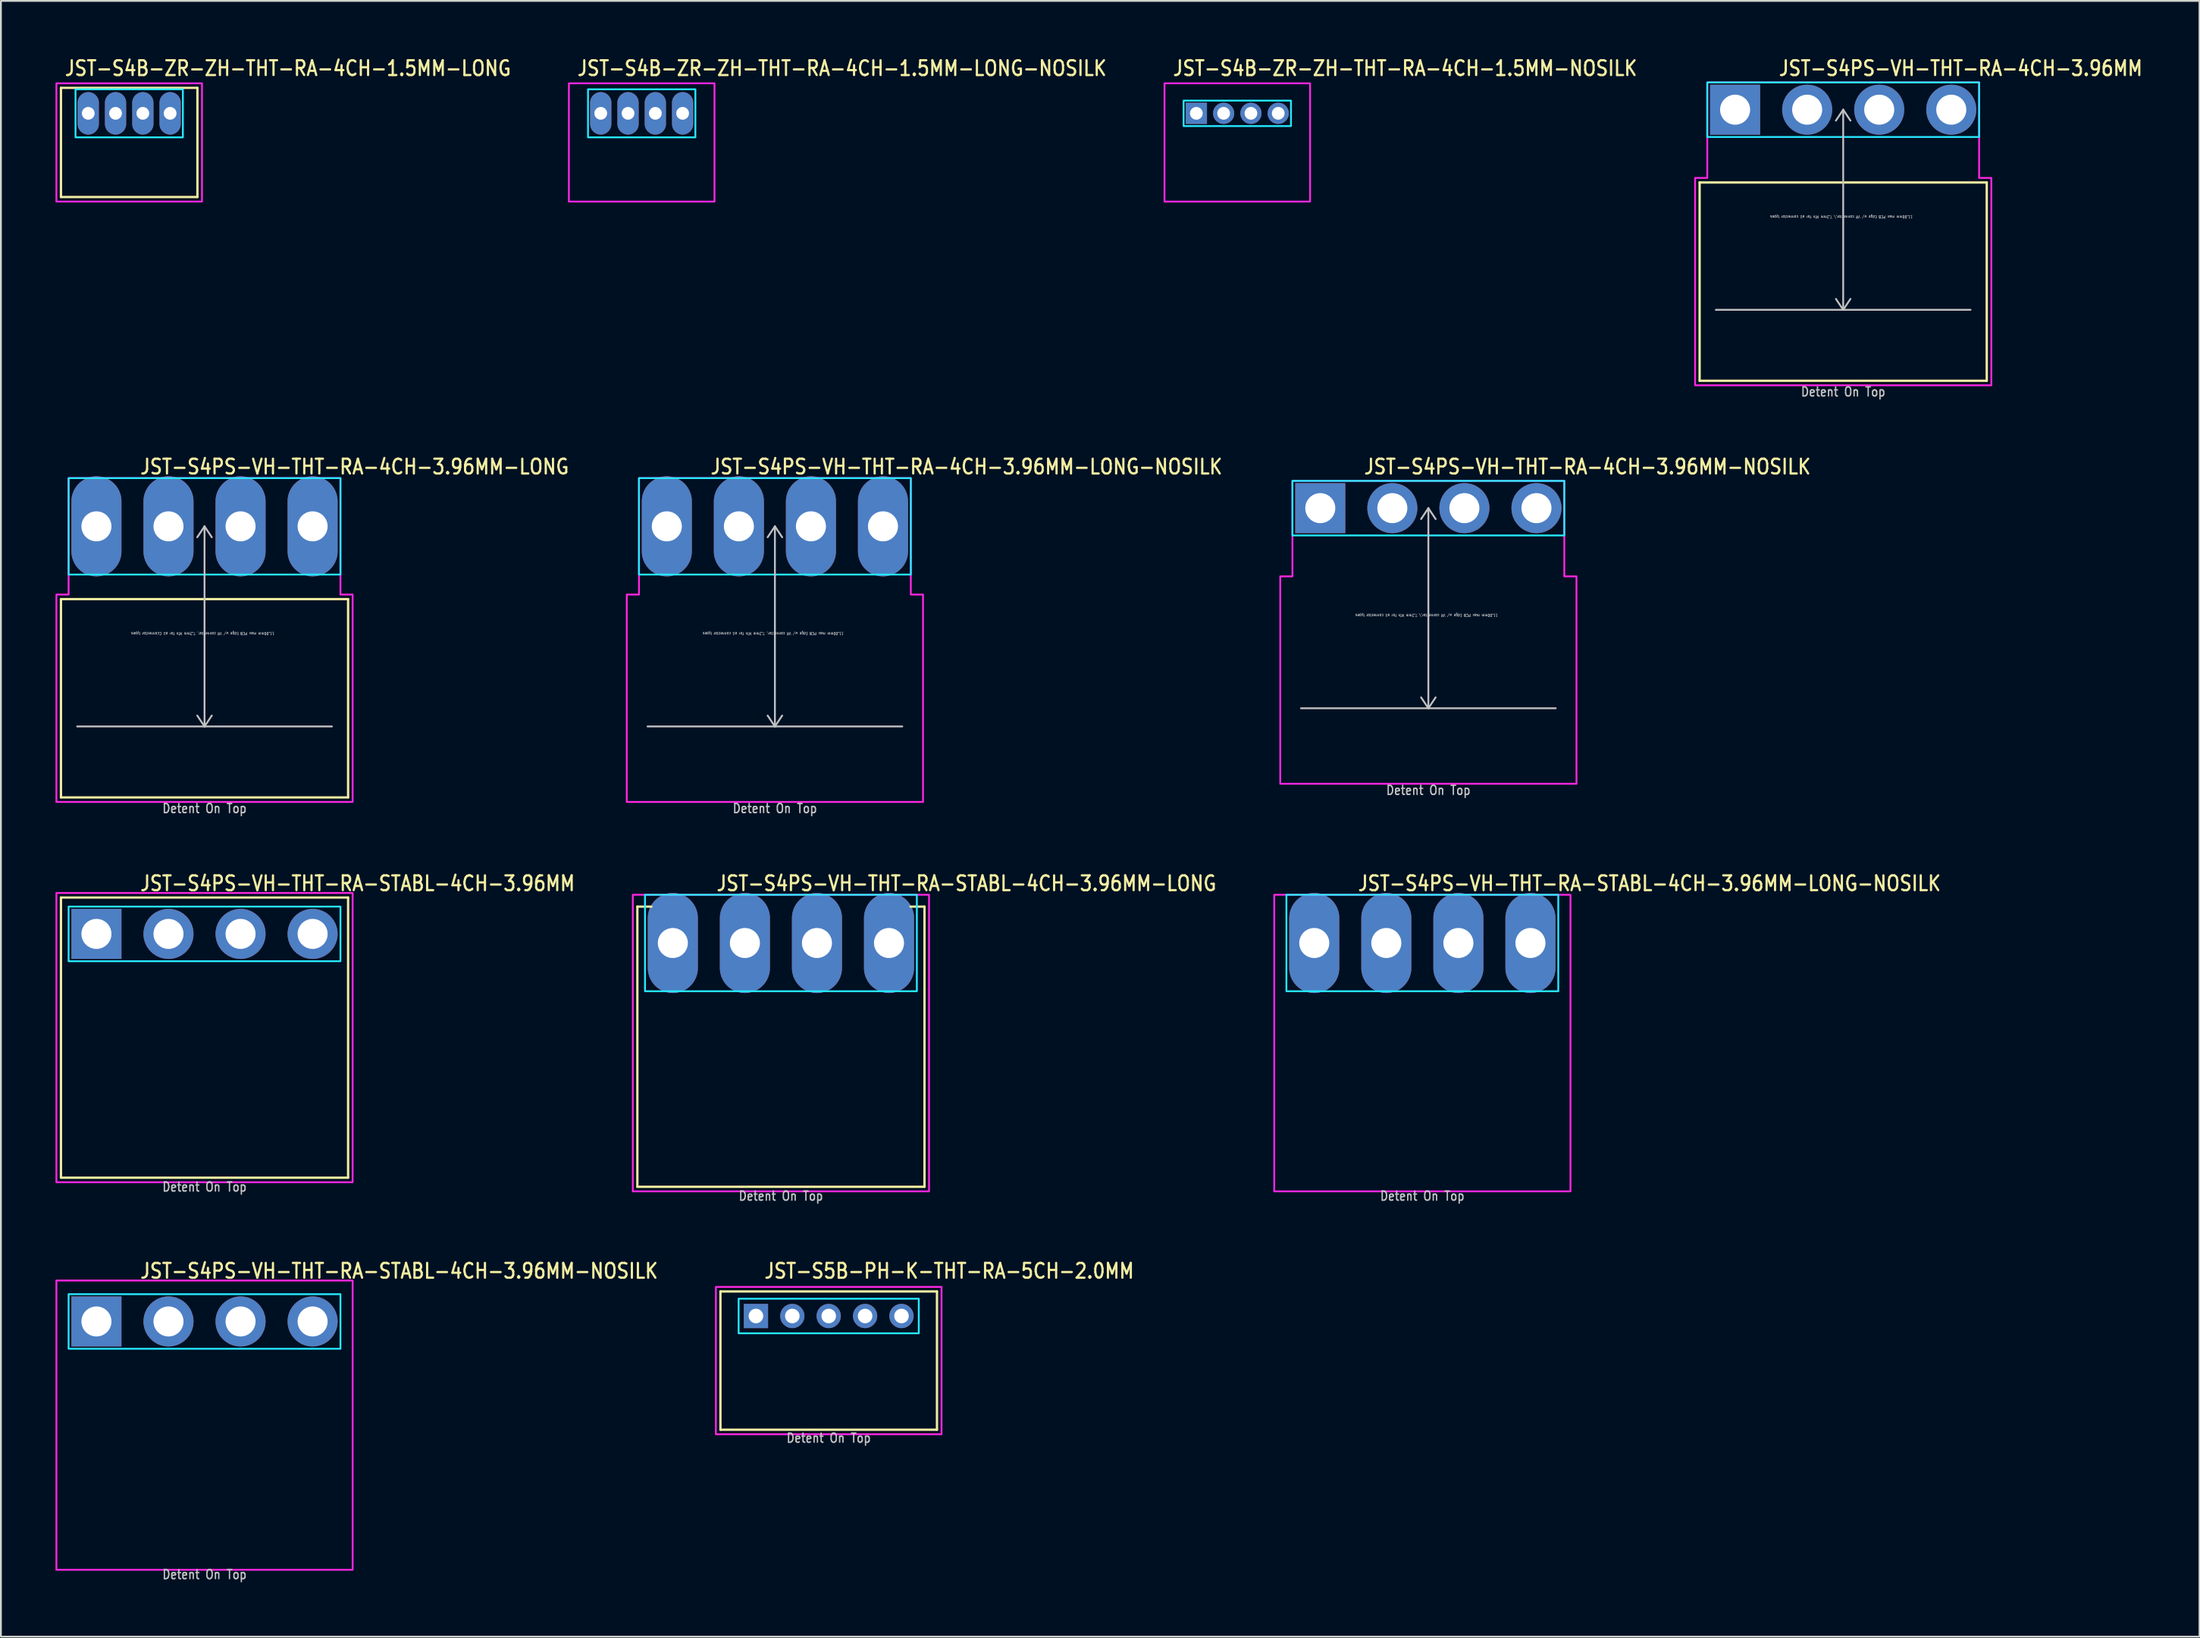
<source format=kicad_pcb>
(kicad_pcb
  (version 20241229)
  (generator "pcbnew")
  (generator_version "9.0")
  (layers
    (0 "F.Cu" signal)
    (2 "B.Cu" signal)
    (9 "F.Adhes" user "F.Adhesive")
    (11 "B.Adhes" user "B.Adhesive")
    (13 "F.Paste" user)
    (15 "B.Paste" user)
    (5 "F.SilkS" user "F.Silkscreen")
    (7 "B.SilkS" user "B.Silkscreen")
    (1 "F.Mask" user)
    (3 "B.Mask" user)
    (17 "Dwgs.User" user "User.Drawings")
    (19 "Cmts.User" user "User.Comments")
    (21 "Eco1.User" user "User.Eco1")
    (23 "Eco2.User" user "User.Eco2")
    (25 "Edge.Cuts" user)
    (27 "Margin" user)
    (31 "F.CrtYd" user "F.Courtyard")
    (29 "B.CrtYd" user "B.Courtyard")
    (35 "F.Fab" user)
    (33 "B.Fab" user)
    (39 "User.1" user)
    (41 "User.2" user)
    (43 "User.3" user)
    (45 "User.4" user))
  (footprint "JST-S4PS-VH-THT-RA-STABL-4CH-3.96MM-NOSILK"
    (layer "F.Cu")
    (at 8.19 69.584)
    (property "Reference" "JST-S4PS-VH-THT-RA-STABL-4CH-3.96MM-NOSILK" (at -3.6 -2.3 0) (unlocked yes) (layer "F.SilkS") (effects (font (size 0.813 0.695) (thickness 0.122)) (justify left bottom)))
    (fp_poly (pts (xy -7.47 -1.5) (xy -7.47 1.5) (xy 7.47 1.5) (xy 7.47 -1.5)) (stroke (width 0.1) (type solid)) (fill no) (layer "B.CrtYd"))
    (fp_poly (pts (xy -8.14 13.65) (xy 8.14 13.65) (xy 8.14 -2.25) (xy -8.14 -2.25)) (stroke (width 0.1) (type solid)) (fill no) (layer "F.CrtYd"))
    (fp_text user "Detent On Top" (at 0 14.2 0) (unlocked yes) (layer "Dwgs.User") (effects (font (size 0.5 0.427) (thickness 0.075)) (justify bottom)))
    (pad "1" thru_hole rect (at -5.94 0) (size 2.75 2.75) (drill 1.65) (layers "*.Cu" "*.Mask"))
    (pad "2" thru_hole oval (at -1.98 0) (size 2.75 2.75) (drill 1.65) (layers "*.Cu" "*.Mask"))
    (pad "3" thru_hole oval (at 1.98 0) (size 2.75 2.75) (drill 1.65) (layers "*.Cu" "*.Mask"))
    (pad "4" thru_hole oval (at 5.94 0) (size 2.75 2.75) (drill 1.65) (layers "*.Cu" "*.Mask")))
  (footprint "JST-S4PS-VH-THT-RA-STABL-4CH-3.96MM-LONG"
    (layer "F.Cu")
    (at 39.867 48.782)
    (property "Reference" "JST-S4PS-VH-THT-RA-STABL-4CH-3.96MM-LONG" (at -3.6 -2.8 0) (unlocked yes) (layer "F.SilkS") (effects (font (size 0.813 0.695) (thickness 0.122)) (justify left bottom)))
    (fp_line (start -7.89 -2) (end -7.12 -2) (stroke (width 0.127) (type solid)) (layer "F.SilkS"))
    (fp_line (start -7.89 13.4) (end -7.89 -2) (stroke (width 0.127) (type solid)) (layer "F.SilkS"))
    (fp_line (start -7.89 13.4) (end 7.89 13.4) (stroke (width 0.127) (type solid)) (layer "F.SilkS"))
    (fp_line (start 7.89 -2) (end 7.12 -2) (stroke (width 0.127) (type solid)) (layer "F.SilkS"))
    (fp_line (start 7.89 -2) (end 7.89 13.4) (stroke (width 0.127) (type solid)) (layer "F.SilkS"))
    (fp_poly (pts (xy -7.47 -2.65) (xy -7.47 2.65) (xy 7.47 2.65) (xy 7.47 -2.65)) (stroke (width 0.1) (type solid)) (fill no) (layer "B.CrtYd"))
    (fp_poly (pts (xy -8.14 -2.65) (xy -8.14 13.65) (xy 8.14 13.65) (xy 8.14 -2.65)) (stroke (width 0.1) (type solid)) (fill no) (layer "F.CrtYd"))
    (fp_text user "Detent On Top" (at 0 14.2 0) (unlocked yes) (layer "Dwgs.User") (effects (font (size 0.5 0.427) (thickness 0.075)) (justify bottom)))
    (pad "1" thru_hole oval (at -5.94 0 90) (size 5.5 2.75) (drill 1.65) (layers "*.Cu" "*.Mask"))
    (pad "2" thru_hole oval (at -1.98 0 90) (size 5.5 2.75) (drill 1.65) (layers "*.Cu" "*.Mask"))
    (pad "3" thru_hole oval (at 1.98 0 90) (size 5.5 2.75) (drill 1.65) (layers "*.Cu" "*.Mask"))
    (pad "4" thru_hole oval (at 5.94 0 90) (size 5.5 2.75) (drill 1.65) (layers "*.Cu" "*.Mask")))
  (footprint "JST-S4PS-VH-THT-RA-4CH-3.96MM-LONG-NOSILK"
    (layer "F.Cu")
    (at 39.536 25.88)
    (property "Reference" "JST-S4PS-VH-THT-RA-4CH-3.96MM-LONG-NOSILK" (at -3.6 -2.8 0) (unlocked yes) (layer "F.SilkS") (effects (font (size 0.813 0.695) (thickness 0.122)) (justify left bottom)))
    (fp_line (start -7 11) (end 7 11) (stroke (width 0.1) (type solid)) (layer "Dwgs.User"))
    (fp_line (start 0 0) (end -0.4 0.6) (stroke (width 0.1) (type solid)) (layer "Dwgs.User"))
    (fp_line (start 0 0) (end 0 11) (stroke (width 0.1) (type solid)) (layer "Dwgs.User"))
    (fp_line (start 0 0) (end 0.4 0.6) (stroke (width 0.1) (type solid)) (layer "Dwgs.User"))
    (fp_line (start 0 11) (end -0.4 10.4) (stroke (width 0.1) (type solid)) (layer "Dwgs.User"))
    (fp_line (start 0 11) (end 0.4 10.4) (stroke (width 0.1) (type solid)) (layer "Dwgs.User"))
    (fp_poly (pts (xy -7.47 -2.65) (xy -7.47 2.65) (xy 7.47 2.65) (xy 7.47 -2.65)) (stroke (width 0.1) (type solid)) (fill no) (layer "B.CrtYd"))
    (fp_poly (pts (xy -8.14 3.75) (xy -8.14 15.15) (xy 8.14 15.15) (xy 8.14 3.75) (xy 7.47 3.75) (xy 7.47 -2.65) (xy -7.47 -2.65) (xy -7.47 3.75)) (stroke (width 0.1) (type solid)) (fill no) (layer "F.CrtYd"))
    (fp_text user "11.00mm max PCB Edge w/ VR connector, 7.2mm Min for all connector types" (at -0.1 5.8 180) (unlocked yes) (layer "Dwgs.User") (effects (font (size 0.15 0.128) (thickness 0.022)) (justify bottom)))
    (fp_text user "Detent On Top" (at 0 15.8 0) (unlocked yes) (layer "Dwgs.User") (effects (font (size 0.5 0.427) (thickness 0.075)) (justify bottom)))
    (pad "1" thru_hole oval (at -5.94 0 90) (size 5.5 2.75) (drill 1.65) (layers "*.Cu" "*.Mask"))
    (pad "2" thru_hole oval (at -1.98 0 90) (size 5.5 2.75) (drill 1.65) (layers "*.Cu" "*.Mask"))
    (pad "3" thru_hole oval (at 1.98 0 90) (size 5.5 2.75) (drill 1.65) (layers "*.Cu" "*.Mask"))
    (pad "4" thru_hole oval (at 5.94 0 90) (size 5.5 2.75) (drill 1.65) (layers "*.Cu" "*.Mask")))
  (footprint "JST-S4B-ZR-ZH-THT-RA-4CH-1.5MM-LONG-NOSILK"
    (layer "F.Cu")
    (at 32.215 3.179)
    (property "Reference" "JST-S4B-ZR-ZH-THT-RA-4CH-1.5MM-LONG-NOSILK" (at -3.6 -2 0) (unlocked yes) (layer "F.SilkS") (effects (font (size 0.813 0.695) (thickness 0.122)) (justify left bottom)))
    (fp_poly (pts (xy -2.95 -1.32) (xy -2.95 1.32) (xy 2.95 1.32) (xy 2.95 -1.32)) (stroke (width 0.1) (type solid)) (fill no) (layer "B.CrtYd"))
    (fp_poly (pts (xy -4 -1.65) (xy -4 4.85) (xy 4 4.85) (xy 4 -1.65)) (stroke (width 0.1) (type solid)) (fill no) (layer "F.CrtYd"))
    (pad "1" thru_hole oval (at -2.25 0 90) (size 2.333 1.167) (drill 0.7) (layers "*.Cu" "*.Mask"))
    (pad "2" thru_hole oval (at -0.75 0 90) (size 2.333 1.167) (drill 0.7) (layers "*.Cu" "*.Mask"))
    (pad "3" thru_hole oval (at 0.75 0 90) (size 2.333 1.167) (drill 0.7) (layers "*.Cu" "*.Mask"))
    (pad "4" thru_hole oval (at 2.25 0 90) (size 2.333 1.167) (drill 0.7) (layers "*.Cu" "*.Mask")))
  (footprint "JST-S4PS-VH-THT-RA-STABL-4CH-3.96MM-LONG-NOSILK"
    (layer "F.Cu")
    (at 75.117 48.782)
    (property "Reference" "JST-S4PS-VH-THT-RA-STABL-4CH-3.96MM-LONG-NOSILK" (at -3.6 -2.8 0) (unlocked yes) (layer "F.SilkS") (effects (font (size 0.813 0.695) (thickness 0.122)) (justify left bottom)))
    (fp_poly (pts (xy -7.47 -2.65) (xy -7.47 2.65) (xy 7.47 2.65) (xy 7.47 -2.65)) (stroke (width 0.1) (type solid)) (fill no) (layer "B.CrtYd"))
    (fp_poly (pts (xy -8.14 -2.65) (xy -8.14 13.65) (xy 8.14 13.65) (xy 8.14 -2.65)) (stroke (width 0.1) (type solid)) (fill no) (layer "F.CrtYd"))
    (fp_text user "Detent On Top" (at 0 14.2 0) (unlocked yes) (layer "Dwgs.User") (effects (font (size 0.5 0.427) (thickness 0.075)) (justify bottom)))
    (pad "1" thru_hole oval (at -5.94 0 90) (size 5.5 2.75) (drill 1.65) (layers "*.Cu" "*.Mask"))
    (pad "2" thru_hole oval (at -1.98 0 90) (size 5.5 2.75) (drill 1.65) (layers "*.Cu" "*.Mask"))
    (pad "3" thru_hole oval (at 1.98 0 90) (size 5.5 2.75) (drill 1.65) (layers "*.Cu" "*.Mask"))
    (pad "4" thru_hole oval (at 5.94 0 90) (size 5.5 2.75) (drill 1.65) (layers "*.Cu" "*.Mask")))
  (footprint "JST-S5B-PH-K-THT-RA-5CH-2.0MM"
    (layer "F.Cu")
    (at 42.493 69.284)
    (property "Reference" "JST-S5B-PH-K-THT-RA-5CH-2.0MM" (at -3.6 -2 0) (unlocked yes) (layer "F.SilkS") (effects (font (size 0.813 0.695) (thickness 0.122)) (justify left bottom)))
    (fp_line (start -5.95 -1.35) (end 5.95 -1.35) (stroke (width 0.127) (type solid)) (layer "F.SilkS"))
    (fp_line (start -5.95 6.25) (end -5.95 -1.35) (stroke (width 0.127) (type solid)) (layer "F.SilkS"))
    (fp_line (start -5.95 6.25) (end 5.95 6.25) (stroke (width 0.127) (type solid)) (layer "F.SilkS"))
    (fp_line (start 5.95 -1.35) (end 5.95 6.25) (stroke (width 0.127) (type solid)) (layer "F.SilkS"))
    (fp_poly (pts (xy -4.95 -0.95) (xy -4.95 0.95) (xy 4.95 0.95) (xy 4.95 -0.95)) (stroke (width 0.1) (type solid)) (fill no) (layer "B.CrtYd"))
    (fp_poly (pts (xy -6.2 -1.6) (xy -6.2 6.5) (xy 6.2 6.5) (xy 6.2 -1.6)) (stroke (width 0.1) (type solid)) (fill no) (layer "F.CrtYd"))
    (fp_text user "Detent On Top" (at 0 7 0) (unlocked yes) (layer "Dwgs.User") (effects (font (size 0.5 0.427) (thickness 0.075)) (justify bottom)))
    (pad "1" thru_hole rect (at -4 0) (size 1.333 1.333) (drill 0.8) (layers "*.Cu" "*.Mask"))
    (pad "2" thru_hole oval (at -2 0) (size 1.333 1.333) (drill 0.8) (layers "*.Cu" "*.Mask"))
    (pad "3" thru_hole oval (at 0 0) (size 1.333 1.333) (drill 0.8) (layers "*.Cu" "*.Mask"))
    (pad "4" thru_hole oval (at 2 0) (size 1.333 1.333) (drill 0.8) (layers "*.Cu" "*.Mask"))
    (pad "5" thru_hole oval (at 4 0) (size 1.333 1.333) (drill 0.8) (layers "*.Cu" "*.Mask")))
  (footprint "JST-S4PS-VH-THT-RA-STABL-4CH-3.96MM"
    (layer "F.Cu")
    (at 8.19 48.282)
    (property "Reference" "JST-S4PS-VH-THT-RA-STABL-4CH-3.96MM" (at -3.6 -2.3 0) (unlocked yes) (layer "F.SilkS") (effects (font (size 0.813 0.695) (thickness 0.122)) (justify left bottom)))
    (fp_line (start -7.89 -2) (end 7.89 -2) (stroke (width 0.127) (type solid)) (layer "F.SilkS"))
    (fp_line (start -7.89 13.4) (end -7.89 -2) (stroke (width 0.127) (type solid)) (layer "F.SilkS"))
    (fp_line (start -7.89 13.4) (end 7.89 13.4) (stroke (width 0.127) (type solid)) (layer "F.SilkS"))
    (fp_line (start 7.89 -2) (end 7.89 13.4) (stroke (width 0.127) (type solid)) (layer "F.SilkS"))
    (fp_poly (pts (xy -7.47 -1.5) (xy -7.47 1.5) (xy 7.47 1.5) (xy 7.47 -1.5)) (stroke (width 0.1) (type solid)) (fill no) (layer "B.CrtYd"))
    (fp_poly (pts (xy -8.14 13.65) (xy 8.14 13.65) (xy 8.14 -2.25) (xy -8.14 -2.25)) (stroke (width 0.1) (type solid)) (fill no) (layer "F.CrtYd"))
    (fp_text user "Detent On Top" (at 0 14.2 0) (unlocked yes) (layer "Dwgs.User") (effects (font (size 0.5 0.427) (thickness 0.075)) (justify bottom)))
    (pad "1" thru_hole rect (at -5.94 0) (size 2.75 2.75) (drill 1.65) (layers "*.Cu" "*.Mask"))
    (pad "2" thru_hole oval (at -1.98 0) (size 2.75 2.75) (drill 1.65) (layers "*.Cu" "*.Mask"))
    (pad "3" thru_hole oval (at 1.98 0) (size 2.75 2.75) (drill 1.65) (layers "*.Cu" "*.Mask"))
    (pad "4" thru_hole oval (at 5.94 0) (size 2.75 2.75) (drill 1.65) (layers "*.Cu" "*.Mask")))
  (footprint "JST-S4PS-VH-THT-RA-4CH-3.96MM"
    (layer "F.Cu")
    (at 98.245 2.979)
    (property "Reference" "JST-S4PS-VH-THT-RA-4CH-3.96MM" (at -3.6 -1.8 0) (unlocked yes) (layer "F.SilkS") (effects (font (size 0.813 0.695) (thickness 0.122)) (justify left bottom)))
    (fp_line (start -7.89 4) (end 7.89 4) (stroke (width 0.127) (type solid)) (layer "F.SilkS"))
    (fp_line (start -7.89 14.9) (end -7.89 4) (stroke (width 0.127) (type solid)) (layer "F.SilkS"))
    (fp_line (start -7.89 14.9) (end 7.89 14.9) (stroke (width 0.127) (type solid)) (layer "F.SilkS"))
    (fp_line (start 7.89 4) (end 7.89 14.9) (stroke (width 0.127) (type solid)) (layer "F.SilkS"))
    (fp_line (start -7 11) (end 7 11) (stroke (width 0.1) (type solid)) (layer "Dwgs.User"))
    (fp_line (start 0 0) (end -0.4 0.6) (stroke (width 0.1) (type solid)) (layer "Dwgs.User"))
    (fp_line (start 0 0) (end 0 11) (stroke (width 0.1) (type solid)) (layer "Dwgs.User"))
    (fp_line (start 0 0) (end 0.4 0.6) (stroke (width 0.1) (type solid)) (layer "Dwgs.User"))
    (fp_line (start 0 11) (end -0.4 10.4) (stroke (width 0.1) (type solid)) (layer "Dwgs.User"))
    (fp_line (start 0 11) (end 0.4 10.4) (stroke (width 0.1) (type solid)) (layer "Dwgs.User"))
    (fp_poly (pts (xy -7.47 -1.5) (xy -7.47 1.5) (xy 7.47 1.5) (xy 7.47 -1.5)) (stroke (width 0.1) (type solid)) (fill no) (layer "B.CrtYd"))
    (fp_poly (pts (xy -8.14 3.75) (xy -8.14 15.15) (xy 8.14 15.15) (xy 8.14 3.75) (xy 7.47 3.75) (xy 7.47 -1.5) (xy -7.47 -1.5) (xy -7.47 3.75)) (stroke (width 0.1) (type solid)) (fill no) (layer "F.CrtYd"))
    (fp_text user "Detent On Top" (at 0 15.8 0) (unlocked yes) (layer "Dwgs.User") (effects (font (size 0.5 0.427) (thickness 0.075)) (justify bottom)))
    (fp_text user "11.00mm max PCB Edge w/ VR connector,\\ 7.2mm Min for all connector types" (at -0.1 5.8 180) (unlocked yes) (layer "Dwgs.User") (effects (font (size 0.15 0.128) (thickness 0.022)) (justify bottom)))
    (pad "1" thru_hole rect (at -5.94 0) (size 2.75 2.75) (drill 1.65) (layers "*.Cu" "*.Mask"))
    (pad "2" thru_hole oval (at -1.98 0) (size 2.75 2.75) (drill 1.65) (layers "*.Cu" "*.Mask"))
    (pad "3" thru_hole oval (at 1.98 0) (size 2.75 2.75) (drill 1.65) (layers "*.Cu" "*.Mask"))
    (pad "4" thru_hole oval (at 5.94 0) (size 2.75 2.75) (drill 1.65) (layers "*.Cu" "*.Mask")))
  (footprint "JST-S4B-ZR-ZH-THT-RA-4CH-1.5MM-NOSILK"
    (layer "F.Cu")
    (at 64.947 3.179)
    (property "Reference" "JST-S4B-ZR-ZH-THT-RA-4CH-1.5MM-NOSILK" (at -3.6 -2 0) (unlocked yes) (layer "F.SilkS") (effects (font (size 0.813 0.695) (thickness 0.122)) (justify left bottom)))
    (fp_poly (pts (xy -2.95 -0.7) (xy -2.95 0.7) (xy 2.95 0.7) (xy 2.95 -0.7)) (stroke (width 0.1) (type solid)) (fill no) (layer "B.CrtYd"))
    (fp_poly (pts (xy -4 -1.65) (xy -4 4.85) (xy 4 4.85) (xy 4 -1.65)) (stroke (width 0.1) (type solid)) (fill no) (layer "F.CrtYd"))
    (pad "1" thru_hole rect (at -2.25 0) (size 1.167 1.167) (drill 0.7) (layers "*.Cu" "*.Mask"))
    (pad "2" thru_hole oval (at -0.75 0) (size 1.167 1.167) (drill 0.7) (layers "*.Cu" "*.Mask"))
    (pad "3" thru_hole oval (at 0.75 0) (size 1.167 1.167) (drill 0.7) (layers "*.Cu" "*.Mask"))
    (pad "4" thru_hole oval (at 2.25 0) (size 1.167 1.167) (drill 0.7) (layers "*.Cu" "*.Mask")))
  (footprint "JST-S4PS-VH-THT-RA-4CH-3.96MM-LONG"
    (layer "F.Cu")
    (at 8.19 25.88)
    (property "Reference" "JST-S4PS-VH-THT-RA-4CH-3.96MM-LONG" (at -3.6 -2.8 0) (unlocked yes) (layer "F.SilkS") (effects (font (size 0.813 0.695) (thickness 0.122)) (justify left bottom)))
    (fp_line (start -7.89 4) (end 7.89 4) (stroke (width 0.127) (type solid)) (layer "F.SilkS"))
    (fp_line (start -7.89 14.9) (end -7.89 4) (stroke (width 0.127) (type solid)) (layer "F.SilkS"))
    (fp_line (start -7.89 14.9) (end 7.89 14.9) (stroke (width 0.127) (type solid)) (layer "F.SilkS"))
    (fp_line (start 7.89 4) (end 7.89 14.9) (stroke (width 0.127) (type solid)) (layer "F.SilkS"))
    (fp_line (start -7 11) (end 7 11) (stroke (width 0.1) (type solid)) (layer "Dwgs.User"))
    (fp_line (start 0 0) (end -0.4 0.6) (stroke (width 0.1) (type solid)) (layer "Dwgs.User"))
    (fp_line (start 0 0) (end 0 11) (stroke (width 0.1) (type solid)) (layer "Dwgs.User"))
    (fp_line (start 0 0) (end 0.4 0.6) (stroke (width 0.1) (type solid)) (layer "Dwgs.User"))
    (fp_line (start 0 11) (end -0.4 10.4) (stroke (width 0.1) (type solid)) (layer "Dwgs.User"))
    (fp_line (start 0 11) (end 0.4 10.4) (stroke (width 0.1) (type solid)) (layer "Dwgs.User"))
    (fp_poly (pts (xy -7.47 -2.65) (xy -7.47 2.65) (xy 7.47 2.65) (xy 7.47 -2.65)) (stroke (width 0.1) (type solid)) (fill no) (layer "B.CrtYd"))
    (fp_poly (pts (xy -8.14 3.75) (xy -8.14 15.15) (xy 8.14 15.15) (xy 8.14 3.75) (xy 7.47 3.75) (xy 7.47 -2.65) (xy -7.47 -2.65) (xy -7.47 3.75)) (stroke (width 0.1) (type solid)) (fill no) (layer "F.CrtYd"))
    (fp_text user "Detent On Top" (at 0 15.8 0) (unlocked yes) (layer "Dwgs.User") (effects (font (size 0.5 0.427) (thickness 0.075)) (justify bottom)))
    (fp_text user "11.00mm max PCB Edge w/ VR connector, 7.2mm Min for all Cconnector types" (at -0.1 5.8 180) (unlocked yes) (layer "Dwgs.User") (effects (font (size 0.15 0.128) (thickness 0.022)) (justify bottom)))
    (pad "1" thru_hole oval (at -5.94 0 90) (size 5.5 2.75) (drill 1.65) (layers "*.Cu" "*.Mask"))
    (pad "2" thru_hole oval (at -1.98 0 90) (size 5.5 2.75) (drill 1.65) (layers "*.Cu" "*.Mask"))
    (pad "3" thru_hole oval (at 1.98 0 90) (size 5.5 2.75) (drill 1.65) (layers "*.Cu" "*.Mask"))
    (pad "4" thru_hole oval (at 5.94 0 90) (size 5.5 2.75) (drill 1.65) (layers "*.Cu" "*.Mask")))
  (footprint "JST-S4PS-VH-THT-RA-4CH-3.96MM-NOSILK"
    (layer "F.Cu")
    (at 75.448 24.88)
    (property "Reference" "JST-S4PS-VH-THT-RA-4CH-3.96MM-NOSILK" (at -3.6 -1.8 0) (unlocked yes) (layer "F.SilkS") (effects (font (size 0.813 0.695) (thickness 0.122)) (justify left bottom)))
    (fp_line (start -7 11) (end 7 11) (stroke (width 0.1) (type solid)) (layer "Dwgs.User"))
    (fp_line (start 0 0) (end -0.4 0.6) (stroke (width 0.1) (type solid)) (layer "Dwgs.User"))
    (fp_line (start 0 0) (end 0 11) (stroke (width 0.1) (type solid)) (layer "Dwgs.User"))
    (fp_line (start 0 0) (end 0.4 0.6) (stroke (width 0.1) (type solid)) (layer "Dwgs.User"))
    (fp_line (start 0 11) (end -0.4 10.4) (stroke (width 0.1) (type solid)) (layer "Dwgs.User"))
    (fp_line (start 0 11) (end 0.4 10.4) (stroke (width 0.1) (type solid)) (layer "Dwgs.User"))
    (fp_poly (pts (xy -7.47 -1.5) (xy -7.47 1.5) (xy 7.47 1.5) (xy 7.47 -1.5)) (stroke (width 0.1) (type solid)) (fill no) (layer "B.CrtYd"))
    (fp_poly (pts (xy -8.14 3.75) (xy -8.14 15.15) (xy 8.14 15.15) (xy 8.14 3.75) (xy 7.47 3.75) (xy 7.47 -1.5) (xy -7.47 -1.5) (xy -7.47 3.75)) (stroke (width 0.1) (type solid)) (fill no) (layer "F.CrtYd"))
    (fp_text user "Detent On Top" (at 0 15.8 0) (unlocked yes) (layer "Dwgs.User") (effects (font (size 0.5 0.427) (thickness 0.075)) (justify bottom)))
    (fp_text user "11.00mm max PCB Edge w/ VR connector,\\ 7.2mm Min for all connector types" (at -0.1 5.8 180) (unlocked yes) (layer "Dwgs.User") (effects (font (size 0.15 0.128) (thickness 0.022)) (justify bottom)))
    (pad "1" thru_hole rect (at -5.94 0) (size 2.75 2.75) (drill 1.65) (layers "*.Cu" "*.Mask"))
    (pad "2" thru_hole oval (at -1.98 0) (size 2.75 2.75) (drill 1.65) (layers "*.Cu" "*.Mask"))
    (pad "3" thru_hole oval (at 1.98 0) (size 2.75 2.75) (drill 1.65) (layers "*.Cu" "*.Mask"))
    (pad "4" thru_hole oval (at 5.94 0) (size 2.75 2.75) (drill 1.65) (layers "*.Cu" "*.Mask")))
  (footprint "JST-S4B-ZR-ZH-THT-RA-4CH-1.5MM-LONG"
    (layer "F.Cu")
    (at 4.05 3.179)
    (property "Reference" "JST-S4B-ZR-ZH-THT-RA-4CH-1.5MM-LONG" (at -3.6 -2 0) (unlocked yes) (layer "F.SilkS") (effects (font (size 0.813 0.695) (thickness 0.122)) (justify left bottom)))
    (fp_line (start -3.75 -1.4) (end 3.75 -1.4) (stroke (width 0.127) (type solid)) (layer "F.SilkS"))
    (fp_line (start -3.75 4.6) (end -3.75 -1.4) (stroke (width 0.127) (type solid)) (layer "F.SilkS"))
    (fp_line (start -3.75 4.6) (end 3.75 4.6) (stroke (width 0.127) (type solid)) (layer "F.SilkS"))
    (fp_line (start 3.75 -1.4) (end 3.75 4.6) (stroke (width 0.127) (type solid)) (layer "F.SilkS"))
    (fp_poly (pts (xy -2.95 -1.32) (xy -2.95 1.32) (xy 2.95 1.32) (xy 2.95 -1.32)) (stroke (width 0.1) (type solid)) (fill no) (layer "B.CrtYd"))
    (fp_poly (pts (xy -4 -1.65) (xy -4 4.85) (xy 4 4.85) (xy 4 -1.65)) (stroke (width 0.1) (type solid)) (fill no) (layer "F.CrtYd"))
    (pad "1" thru_hole oval (at -2.25 0 90) (size 2.333 1.167) (drill 0.7) (layers "*.Cu" "*.Mask"))
    (pad "2" thru_hole oval (at -0.75 0 90) (size 2.333 1.167) (drill 0.7) (layers "*.Cu" "*.Mask"))
    (pad "3" thru_hole oval (at 0.75 0 90) (size 2.333 1.167) (drill 0.7) (layers "*.Cu" "*.Mask"))
    (pad "4" thru_hole oval (at 2.25 0 90) (size 2.333 1.167) (drill 0.7) (layers "*.Cu" "*.Mask")))
  (gr_rect
    (start -3 -3)
    (end 117.827 86.907)
    (stroke (width 0.1) (type default))
    (fill no)
    (layer "Edge.Cuts")))
</source>
